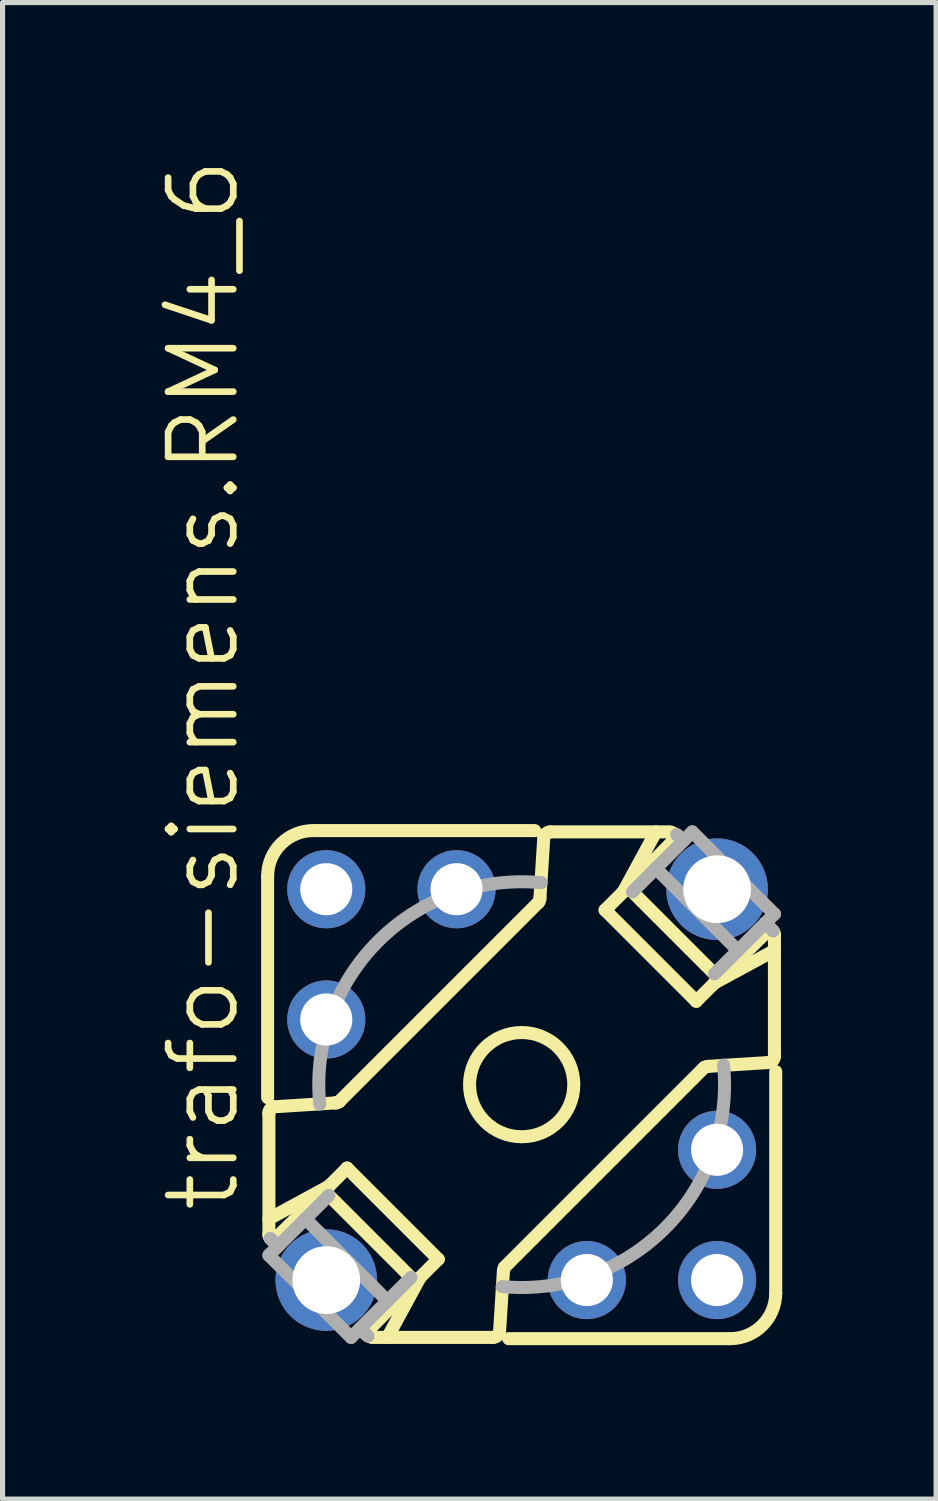
<source format=kicad_pcb>
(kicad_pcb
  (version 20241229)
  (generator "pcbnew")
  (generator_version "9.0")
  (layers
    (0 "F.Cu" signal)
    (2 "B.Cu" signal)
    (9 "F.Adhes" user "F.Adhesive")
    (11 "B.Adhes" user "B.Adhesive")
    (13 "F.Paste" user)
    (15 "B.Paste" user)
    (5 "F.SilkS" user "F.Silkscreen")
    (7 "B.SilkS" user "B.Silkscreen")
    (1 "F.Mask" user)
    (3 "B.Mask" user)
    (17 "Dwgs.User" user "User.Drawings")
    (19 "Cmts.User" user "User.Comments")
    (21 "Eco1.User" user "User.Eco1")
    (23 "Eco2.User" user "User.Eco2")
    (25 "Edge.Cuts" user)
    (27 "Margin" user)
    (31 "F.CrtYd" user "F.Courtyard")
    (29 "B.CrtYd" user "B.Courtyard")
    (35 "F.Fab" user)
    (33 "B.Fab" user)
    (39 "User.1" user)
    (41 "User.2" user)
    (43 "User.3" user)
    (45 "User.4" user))
  (footprint "trafo-siemens.RM4_6"
    (layer "F.Cu")
    (at 7.121 18.097)
    (property "Reference" "trafo-siemens.RM4_6" (at -5.461 2.54 90) (layer "F.SilkS") (effects (font (size 1.27 1.27) (thickness 0.13)) (justify left bottom)))
    (attr through_hole)
    (fp_line (start -4.953 -4.064) (end -4.953 0.254) (stroke (width 0.254) (type default)) (layer "F.SilkS"))
    (fp_line (start -4.928 0.559) (end -4.928 2.921) (stroke (width 0.254) (type default)) (layer "F.SilkS"))
    (fp_line (start -4.928 2.616) (end -3.759 1.981) (stroke (width 0.254) (type default)) (layer "F.SilkS"))
    (fp_line (start -3.759 1.981) (end -4.851 3.048) (stroke (width 0.254) (type default)) (layer "F.SilkS"))
    (fp_line (start -3.759 2.159) (end -2.159 3.759) (stroke (width 0.254) (type default)) (layer "F.SilkS"))
    (fp_line (start -3.632 0.356) (end -4.826 0.432) (stroke (width 0.254) (type default)) (layer "F.SilkS"))
    (fp_line (start -3.556 0.33) (end 0.33 -3.556) (stroke (width 0.254) (type default)) (layer "F.SilkS"))
    (fp_line (start -3.404 1.626) (end -3.759 1.981) (stroke (width 0.254) (type default)) (layer "F.SilkS"))
    (fp_line (start -3.404 1.626) (end -1.626 3.404) (stroke (width 0.254) (type default)) (layer "F.SilkS"))
    (fp_line (start -3.048 4.851) (end -1.981 3.759) (stroke (width 0.254) (type default)) (layer "F.SilkS"))
    (fp_line (start -1.981 3.759) (end -2.616 4.928) (stroke (width 0.254) (type default)) (layer "F.SilkS"))
    (fp_line (start -1.981 3.759) (end -1.626 3.404) (stroke (width 0.254) (type default)) (layer "F.SilkS"))
    (fp_line (start -0.559 4.928) (end -2.921 4.928) (stroke (width 0.254) (type default)) (layer "F.SilkS"))
    (fp_line (start -0.356 3.632) (end -0.432 4.826) (stroke (width 0.254) (type default)) (layer "F.SilkS"))
    (fp_line (start -0.33 3.556) (end 3.556 -0.33) (stroke (width 0.254) (type default)) (layer "F.SilkS"))
    (fp_line (start 0.254 -4.953) (end -4.064 -4.953) (stroke (width 0.254) (type default)) (layer "F.SilkS"))
    (fp_line (start 0.356 -3.632) (end 0.432 -4.826) (stroke (width 0.254) (type default)) (layer "F.SilkS"))
    (fp_line (start 0.559 -4.928) (end 2.896 -4.928) (stroke (width 0.254) (type default)) (layer "F.SilkS"))
    (fp_line (start 1.626 -3.404) (end 3.404 -1.626) (stroke (width 0.254) (type default)) (layer "F.SilkS"))
    (fp_line (start 1.981 -3.759) (end 1.626 -3.404) (stroke (width 0.254) (type default)) (layer "F.SilkS"))
    (fp_line (start 2.159 -3.759) (end 3.759 -2.159) (stroke (width 0.254) (type default)) (layer "F.SilkS"))
    (fp_line (start 2.616 -4.928) (end 1.981 -3.759) (stroke (width 0.254) (type default)) (layer "F.SilkS"))
    (fp_line (start 3.048 -4.851) (end 1.981 -3.759) (stroke (width 0.254) (type default)) (layer "F.SilkS"))
    (fp_line (start 3.404 -1.626) (end 3.759 -1.981) (stroke (width 0.254) (type default)) (layer "F.SilkS"))
    (fp_line (start 3.632 -0.356) (end 4.826 -0.432) (stroke (width 0.254) (type default)) (layer "F.SilkS"))
    (fp_line (start 3.759 -1.981) (end 4.851 -3.048) (stroke (width 0.254) (type default)) (layer "F.SilkS"))
    (fp_line (start 3.759 -1.981) (end 4.928 -2.616) (stroke (width 0.254) (type default)) (layer "F.SilkS"))
    (fp_line (start 4.064 4.953) (end -0.254 4.953) (stroke (width 0.254) (type default)) (layer "F.SilkS"))
    (fp_line (start 4.928 -0.559) (end 4.928 -2.921) (stroke (width 0.254) (type default)) (layer "F.SilkS"))
    (fp_line (start 4.953 -0.254) (end 4.953 4.064) (stroke (width 0.254) (type default)) (layer "F.SilkS"))
    (fp_arc (start -4.953 -4.064) (mid -4.692618 -4.692618) (end -4.064 -4.953) (stroke (width 0.254) (type default)) (layer "F.SilkS"))
    (fp_arc (start -4.9301 0.5588) (mid -4.900881 0.476445) (end -4.826 0.4314) (stroke (width 0.254) (type default)) (layer "F.SilkS"))
    (fp_arc (start -4.9022 2.9972) (mid -4.921083 2.961161) (end -4.9276 2.921) (stroke (width 0.254) (type default)) (layer "F.SilkS"))
    (fp_arc (start -3.556 0.3302) (mid -3.592039 0.349083) (end -3.6322 0.3556) (stroke (width 0.254) (type default)) (layer "F.SilkS"))
    (fp_arc (start -3.556 0.3302) (mid -3.592039 0.349083) (end -3.6322 0.3556) (stroke (width 0.254) (type default)) (layer "F.SilkS"))
    (fp_arc (start -2.9492 4.9161) (mid -2.988809 4.901882) (end -3.0226 4.8768) (stroke (width 0.254) (type default)) (layer "F.SilkS"))
    (fp_arc (start -0.4342 4.8255) (mid -0.478241 4.898833) (end -0.5588 4.9276) (stroke (width 0.254) (type default)) (layer "F.SilkS"))
    (fp_arc (start -0.3556 3.6322) (mid -0.349083 3.592039) (end -0.3302 3.556) (stroke (width 0.254) (type default)) (layer "F.SilkS"))
    (fp_arc (start 0.3556 -3.6322) (mid 0.349083 -3.592039) (end 0.3302 -3.556) (stroke (width 0.254) (type default)) (layer "F.SilkS"))
    (fp_arc (start 0.4343 -4.8255) (mid 0.478319 -4.898724) (end 0.5588 -4.9274) (stroke (width 0.254) (type default)) (layer "F.SilkS"))
    (fp_arc (start 2.9238 -4.9161) (mid 2.963409 -4.901882) (end 2.9972 -4.8768) (stroke (width 0.254) (type default)) (layer "F.SilkS"))
    (fp_arc (start 3.556 -0.3302) (mid 3.592039 -0.349083) (end 3.6322 -0.3556) (stroke (width 0.254) (type default)) (layer "F.SilkS"))
    (fp_arc (start 4.9022 -2.9972) (mid 4.921083 -2.961161) (end 4.9276 -2.921) (stroke (width 0.254) (type default)) (layer "F.SilkS"))
    (fp_arc (start 4.9297 -0.5588) (mid 4.900599 -0.476725) (end 4.826 -0.4318) (stroke (width 0.254) (type default)) (layer "F.SilkS"))
    (fp_arc (start 4.953 4.064) (mid 4.692618 4.692618) (end 4.064 4.953) (stroke (width 0.254) (type default)) (layer "F.SilkS"))
    (fp_circle (center 0 0) (end 1.016 0) (stroke (width 0.254) (type default)) (fill no) (layer "F.SilkS"))
    (fp_line (start -4.928 3.327) (end -4.75 3.15) (stroke (width 0.254) (type default)) (layer "F.Fab"))
    (fp_line (start -4.902 2.997) (end -4.75 3.15) (stroke (width 0.254) (type default)) (layer "F.Fab"))
    (fp_line (start -4.75 3.15) (end -4.216 2.616) (stroke (width 0.254) (type default)) (layer "F.Fab"))
    (fp_line (start -4.216 2.616) (end -3.759 2.159) (stroke (width 0.254) (type default)) (layer "F.Fab"))
    (fp_line (start -4.216 2.616) (end -2.616 4.216) (stroke (width 0.254) (type default)) (layer "F.Fab"))
    (fp_line (start -3.327 4.928) (end -4.928 3.327) (stroke (width 0.254) (type default)) (layer "F.Fab"))
    (fp_line (start -3.15 4.75) (end -2.997 4.902) (stroke (width 0.254) (type default)) (layer "F.Fab"))
    (fp_line (start -2.616 4.216) (end -3.327 4.928) (stroke (width 0.254) (type default)) (layer "F.Fab"))
    (fp_line (start -2.159 3.759) (end -2.616 4.216) (stroke (width 0.254) (type default)) (layer "F.Fab"))
    (fp_line (start 2.616 -4.216) (end 2.159 -3.759) (stroke (width 0.254) (type default)) (layer "F.Fab"))
    (fp_line (start 2.616 -4.216) (end 4.216 -2.616) (stroke (width 0.254) (type default)) (layer "F.Fab"))
    (fp_line (start 3.023 -4.877) (end 3.15 -4.75) (stroke (width 0.254) (type default)) (layer "F.Fab"))
    (fp_line (start 3.327 -4.928) (end 2.616 -4.216) (stroke (width 0.254) (type default)) (layer "F.Fab"))
    (fp_line (start 3.759 -2.159) (end 4.216 -2.616) (stroke (width 0.254) (type default)) (layer "F.Fab"))
    (fp_line (start 4.216 -2.616) (end 4.75 -3.15) (stroke (width 0.254) (type default)) (layer "F.Fab"))
    (fp_line (start 4.75 -3.15) (end 4.902 -2.997) (stroke (width 0.254) (type default)) (layer "F.Fab"))
    (fp_line (start 4.75 -3.15) (end 4.928 -3.327) (stroke (width 0.254) (type default)) (layer "F.Fab"))
    (fp_line (start 4.928 -3.327) (end 3.327 -4.928) (stroke (width 0.254) (type default)) (layer "F.Fab"))
    (fp_arc (start -3.937 0.381) (mid -2.796885 -2.796885) (end 0.381 -3.937) (stroke (width 0.254) (type default)) (layer "F.Fab"))
    (fp_arc (start 3.937 -0.381) (mid 2.796885 2.796885) (end -0.381 3.937) (stroke (width 0.254) (type default)) (layer "F.Fab"))
    (pad "1" thru_hole circle (at -3.81 -3.81) (size 1.524 1.524) (drill 1.016) (layers "*.Cu" "*.Mask"))
    (pad "2" thru_hole circle (at -3.81 -1.27) (size 1.524 1.524) (drill 1.016) (layers "*.Cu" "*.Mask"))
    (pad "3" thru_hole circle (at 1.27 3.81) (size 1.524 1.524) (drill 1.016) (layers "*.Cu" "*.Mask"))
    (pad "4" thru_hole circle (at 3.81 3.81) (size 1.524 1.524) (drill 1.016) (layers "*.Cu" "*.Mask"))
    (pad "5" thru_hole circle (at 3.81 1.27) (size 1.524 1.524) (drill 1.016) (layers "*.Cu" "*.Mask"))
    (pad "6" thru_hole circle (at -1.27 -3.81) (size 1.524 1.524) (drill 1.016) (layers "*.Cu" "*.Mask"))
    (pad "M1" thru_hole circle (at -3.81 3.81) (size 1.981 1.981) (drill 1.321) (layers "*.Cu" "*.Mask"))
    (pad "M2" thru_hole circle (at 3.81 -3.81) (size 1.981 1.981) (drill 1.321) (layers "*.Cu" "*.Mask")))
  (gr_rect
    (start -3 -3)
    (end 15.201 26.177)
    (stroke (width 0.1) (type default))
    (fill no)
    (layer "Edge.Cuts")))
</source>
